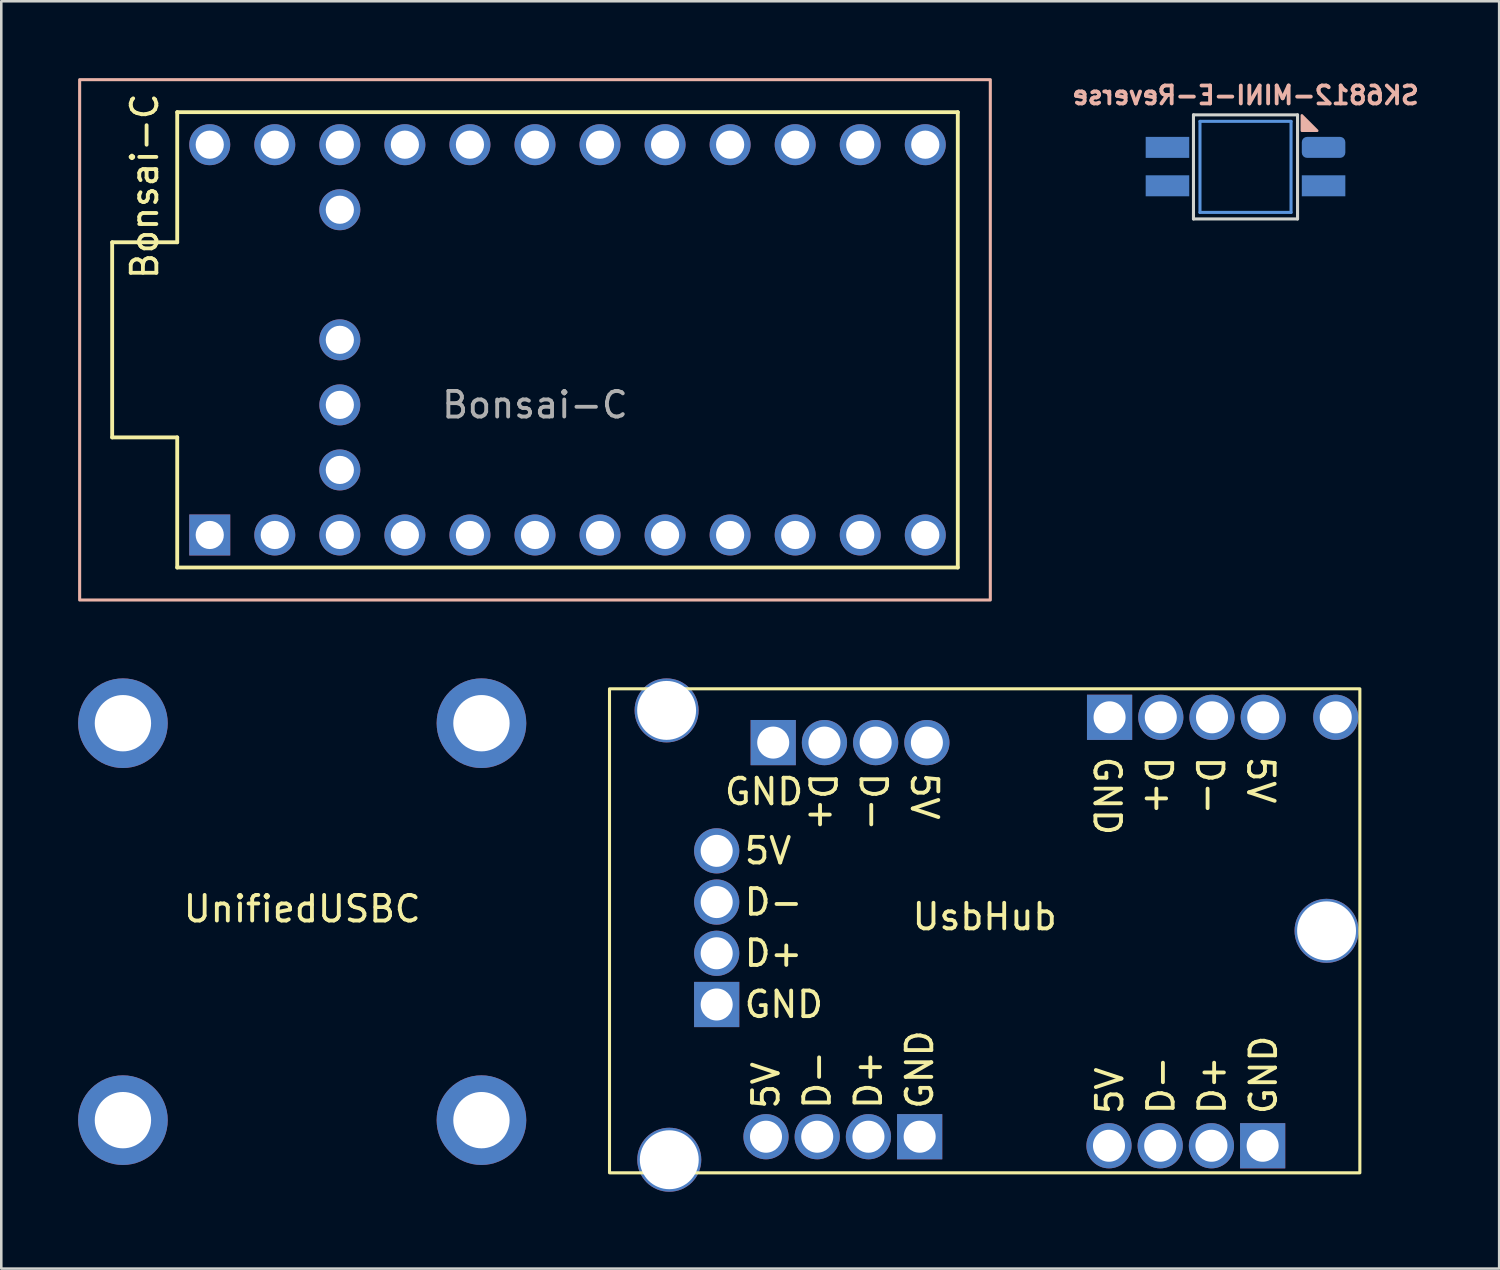
<source format=kicad_pcb>
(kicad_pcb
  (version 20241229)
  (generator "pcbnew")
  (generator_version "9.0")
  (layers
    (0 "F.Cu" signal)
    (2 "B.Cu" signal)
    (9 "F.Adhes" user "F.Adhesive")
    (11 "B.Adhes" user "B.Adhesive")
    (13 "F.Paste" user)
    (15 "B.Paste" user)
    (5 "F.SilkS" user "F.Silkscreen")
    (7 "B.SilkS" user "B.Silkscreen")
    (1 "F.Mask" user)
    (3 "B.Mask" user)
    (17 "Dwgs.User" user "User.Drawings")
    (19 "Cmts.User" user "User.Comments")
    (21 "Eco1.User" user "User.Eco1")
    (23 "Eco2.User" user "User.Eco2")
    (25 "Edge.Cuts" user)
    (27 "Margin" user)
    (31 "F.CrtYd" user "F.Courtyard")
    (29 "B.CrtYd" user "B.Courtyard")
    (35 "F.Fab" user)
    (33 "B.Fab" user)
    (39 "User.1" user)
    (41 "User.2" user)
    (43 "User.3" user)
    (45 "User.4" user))
  (footprint "UsbHub"
    (layer "F.Cu")
    (at 20.75 42.747)
    (property "Reference" "UsbHub" (at 14.65 -10 0) (unlocked yes) (layer "F.SilkS") (effects (font (size 1 1) (thickness 0.15))))
    (attr smd)
    (fp_rect (start 0 -18.9) (end 29.3 0) (stroke (width 0.12) (type solid)) (fill no) (layer "F.SilkS"))
    (fp_text user "D+" (at 23.536 -2.202 90) (unlocked yes) (layer "F.SilkS") (effects (font (size 1 1) (thickness 0.15)) (justify left)))
    (fp_text user "5V" (at 25.428 -16.339 270) (unlocked yes) (layer "F.SilkS") (effects (font (size 1 1) (thickness 0.15)) (justify left)))
    (fp_text user "5V" (at 12.295 -15.706 270) (unlocked yes) (layer "F.SilkS") (effects (font (size 1 1) (thickness 0.15)) (justify left)))
    (fp_text user "D+" (at 10.111 -2.41 90) (unlocked yes) (layer "F.SilkS") (effects (font (size 1 1) (thickness 0.15)) (justify left)))
    (fp_text user "D-" (at 5.185 -10.573 0) (unlocked yes) (layer "F.SilkS") (effects (font (size 1 1) (thickness 0.15)) (justify left)))
    (fp_text user "D-" (at 10.295 -15.706 270) (unlocked yes) (layer "F.SilkS") (effects (font (size 1 1) (thickness 0.15)) (justify left)))
    (fp_text user "D-" (at 21.536 -2.202 90) (unlocked yes) (layer "F.SilkS") (effects (font (size 1 1) (thickness 0.15)) (justify left)))
    (fp_text user "GND" (at 19.428 -16.339 270) (unlocked yes) (layer "F.SilkS") (effects (font (size 1 1) (thickness 0.15)) (justify left)))
    (fp_text user "GND" (at 25.536 -2.202 90) (unlocked yes) (layer "F.SilkS") (effects (font (size 1 1) (thickness 0.15)) (justify left)))
    (fp_text user "GND" (at 4.412 -14.883 0) (unlocked yes) (layer "F.SilkS") (effects (font (size 1 1) (thickness 0.15)) (justify left)))
    (fp_text user "5V" (at 5.185 -12.573 0) (unlocked yes) (layer "F.SilkS") (effects (font (size 1 1) (thickness 0.15)) (justify left)))
    (fp_text user "D+" (at 21.428 -16.339 270) (unlocked yes) (layer "F.SilkS") (effects (font (size 1 1) (thickness 0.15)) (justify left)))
    (fp_text user "GND" (at 5.185 -6.573 0) (unlocked yes) (layer "F.SilkS") (effects (font (size 1 1) (thickness 0.15)) (justify left)))
    (fp_text user "D+" (at 5.185 -8.573 0) (unlocked yes) (layer "F.SilkS") (effects (font (size 1 1) (thickness 0.15)) (justify left)))
    (fp_text user "5V" (at 6.111 -2.41 90) (unlocked yes) (layer "F.SilkS") (effects (font (size 1 1) (thickness 0.15)) (justify left)))
    (fp_text user "D-" (at 23.428 -16.339 270) (unlocked yes) (layer "F.SilkS") (effects (font (size 1 1) (thickness 0.15)) (justify left)))
    (fp_text user "D+" (at 8.295 -15.706 270) (unlocked yes) (layer "F.SilkS") (effects (font (size 1 1) (thickness 0.15)) (justify left)))
    (fp_text user "D-" (at 8.111 -2.41 90) (unlocked yes) (layer "F.SilkS") (effects (font (size 1 1) (thickness 0.15)) (justify left)))
    (fp_text user "5V" (at 19.536 -2.202 90) (unlocked yes) (layer "F.SilkS") (effects (font (size 1 1) (thickness 0.15)) (justify left)))
    (fp_text user "GND" (at 12.111 -2.41 90) (unlocked yes) (layer "F.SilkS") (effects (font (size 1 1) (thickness 0.15)) (justify left)))
    (pad "" thru_hole circle (at 2.23 -18.057) (size 2.5 2.5) (drill 2.3) (layers "*.Cu" "*.Mask"))
    (pad "" thru_hole circle (at 2.334 -0.511) (size 2.5 2.5) (drill 2.3) (layers "*.Cu" "*.Mask"))
    (pad "" thru_hole circle (at 28 -9.45) (size 2.5 2.5) (drill 2.3) (layers "*.Cu" "*.Mask"))
    (pad "" thru_hole circle (at 28.359 -17.787) (size 1.765 1.765) (drill 1.25) (layers "*.Cu" "*.Mask"))
    (pad "1" thru_hole circle (at 12.393 -16.8) (size 1.765 1.765) (drill 1.25) (layers "*.Cu" "*.Mask"))
    (pad "2" thru_hole circle (at 8.393 -16.8) (size 1.765 1.765) (drill 1.25) (layers "*.Cu" "*.Mask"))
    (pad "3" thru_hole circle (at 10.393 -16.8) (size 1.765 1.765) (drill 1.25) (layers "*.Cu" "*.Mask"))
    (pad "4" thru_hole rect (at 6.393 -16.8) (size 1.765 1.765) (drill 1.25) (layers "*.Cu" "*.Mask"))
    (pad "5" thru_hole circle (at 25.527 -17.787) (size 1.765 1.765) (drill 1.25) (layers "*.Cu" "*.Mask"))
    (pad "6" thru_hole circle (at 21.527 -17.787) (size 1.765 1.765) (drill 1.25) (layers "*.Cu" "*.Mask"))
    (pad "7" thru_hole circle (at 23.527 -17.787) (size 1.765 1.765) (drill 1.25) (layers "*.Cu" "*.Mask"))
    (pad "8" thru_hole rect (at 19.527 -17.787) (size 1.765 1.765) (drill 1.25) (layers "*.Cu" "*.Mask"))
    (pad "9" thru_hole circle (at 4.185 -12.573 90) (size 1.765 1.765) (drill 1.25) (layers "*.Cu" "*.Mask"))
    (pad "10" thru_hole circle (at 4.185 -8.573 90) (size 1.765 1.765) (drill 1.25) (layers "*.Cu" "*.Mask"))
    (pad "11" thru_hole circle (at 4.185 -10.573 90) (size 1.765 1.765) (drill 1.25) (layers "*.Cu" "*.Mask"))
    (pad "12" thru_hole rect (at 4.185 -6.573 90) (size 1.765 1.765) (drill 1.25) (layers "*.Cu" "*.Mask"))
    (pad "13" thru_hole circle (at 6.111 -1.41) (size 1.765 1.765) (drill 1.25) (layers "*.Cu" "*.Mask"))
    (pad "14" thru_hole circle (at 10.111 -1.41) (size 1.765 1.765) (drill 1.25) (layers "*.Cu" "*.Mask"))
    (pad "15" thru_hole circle (at 8.111 -1.41) (size 1.765 1.765) (drill 1.25) (layers "*.Cu" "*.Mask"))
    (pad "16" thru_hole rect (at 12.111 -1.41) (size 1.765 1.765) (drill 1.25) (layers "*.Cu" "*.Mask"))
    (pad "17" thru_hole circle (at 19.504 -1.057) (size 1.765 1.765) (drill 1.25) (layers "*.Cu" "*.Mask"))
    (pad "18" thru_hole circle (at 23.504 -1.057) (size 1.765 1.765) (drill 1.25) (layers "*.Cu" "*.Mask"))
    (pad "19" thru_hole circle (at 21.504 -1.057) (size 1.765 1.765) (drill 1.25) (layers "*.Cu" "*.Mask"))
    (pad "20" thru_hole rect (at 25.504 -1.057) (size 1.765 1.765) (drill 1.25) (layers "*.Cu" "*.Mask")))
  (footprint "Bonsai-C"
    (layer "F.Cu")
    (at 17.84 10.22)
    (property "Reference" "Bonsai-C" (at -15.24 -6 90) (unlocked yes) (layer "F.SilkS") (effects (font (size 1 1) (thickness 0.15))))
    (attr smd)
    (fp_line (start -16.51 -3.81) (end -13.97 -3.81) (stroke (width 0.15) (type solid)) (layer "F.SilkS"))
    (fp_line (start -16.51 3.81) (end -16.51 -3.81) (stroke (width 0.15) (type solid)) (layer "F.SilkS"))
    (fp_line (start -13.97 -8.89) (end 16.51 -8.89) (stroke (width 0.15) (type solid)) (layer "F.SilkS"))
    (fp_line (start -13.97 -3.81) (end -13.97 -8.89) (stroke (width 0.15) (type solid)) (layer "F.SilkS"))
    (fp_line (start -13.97 3.81) (end -16.51 3.81) (stroke (width 0.15) (type solid)) (layer "F.SilkS"))
    (fp_line (start -13.97 8.89) (end -13.97 3.81) (stroke (width 0.15) (type solid)) (layer "F.SilkS"))
    (fp_line (start -13.97 8.89) (end 16.51 8.89) (stroke (width 0.15) (type solid)) (layer "F.SilkS"))
    (fp_line (start 16.51 -8.89) (end 16.51 8.89) (stroke (width 0.15) (type solid)) (layer "F.SilkS"))
    (fp_rect (start -17.78 -10.16) (end 17.78 10.16) (stroke (width 0.12) (type solid)) (fill no) (layer "B.SilkS"))
    (fp_text user "${REFERENCE}" (at 0 2.54 0) (unlocked yes) (layer "F.Fab") (effects (font (size 1 1) (thickness 0.15))))
    (pad "1" thru_hole rect (at -12.7 7.62) (size 1.6 1.6) (drill 1.1) (layers "*.Cu" "B.Mask"))
    (pad "2" thru_hole circle (at -10.16 7.62) (size 1.6 1.6) (drill 1.1) (layers "*.Cu" "B.Mask"))
    (pad "3" thru_hole circle (at -7.62 7.62) (size 1.6 1.6) (drill 1.1) (layers "*.Cu" "B.Mask"))
    (pad "4" thru_hole circle (at -5.08 7.62) (size 1.6 1.6) (drill 1.1) (layers "*.Cu" "B.Mask"))
    (pad "5" thru_hole circle (at -2.54 7.62) (size 1.6 1.6) (drill 1.1) (layers "*.Cu" "B.Mask"))
    (pad "6" thru_hole circle (at 0 7.62) (size 1.6 1.6) (drill 1.1) (layers "*.Cu" "B.Mask"))
    (pad "7" thru_hole circle (at 2.54 7.62) (size 1.6 1.6) (drill 1.1) (layers "*.Cu" "B.Mask"))
    (pad "8" thru_hole circle (at 5.08 7.62) (size 1.6 1.6) (drill 1.1) (layers "*.Cu" "B.Mask"))
    (pad "9" thru_hole circle (at 7.62 7.62) (size 1.6 1.6) (drill 1.1) (layers "*.Cu" "B.Mask"))
    (pad "10" thru_hole circle (at 10.16 7.62) (size 1.6 1.6) (drill 1.1) (layers "*.Cu" "B.Mask"))
    (pad "11" thru_hole circle (at 12.7 7.62) (size 1.6 1.6) (drill 1.1) (layers "*.Cu" "B.Mask"))
    (pad "12" thru_hole circle (at 15.24 7.62) (size 1.6 1.6) (drill 1.1) (layers "*.Cu" "B.Mask"))
    (pad "13" thru_hole circle (at 15.24 -7.62) (size 1.6 1.6) (drill 1.1) (layers "*.Cu" "B.Mask"))
    (pad "14" thru_hole circle (at 12.7 -7.62) (size 1.6 1.6) (drill 1.1) (layers "*.Cu" "B.Mask"))
    (pad "15" thru_hole circle (at 10.16 -7.62) (size 1.6 1.6) (drill 1.1) (layers "*.Cu" "B.Mask"))
    (pad "16" thru_hole circle (at 7.62 -7.62) (size 1.6 1.6) (drill 1.1) (layers "*.Cu" "B.Mask"))
    (pad "17" thru_hole circle (at 5.08 -7.62) (size 1.6 1.6) (drill 1.1) (layers "*.Cu" "B.Mask"))
    (pad "18" thru_hole circle (at 2.54 -7.62) (size 1.6 1.6) (drill 1.1) (layers "*.Cu" "B.Mask"))
    (pad "19" thru_hole circle (at 0 -7.62) (size 1.6 1.6) (drill 1.1) (layers "*.Cu" "B.Mask"))
    (pad "20" thru_hole circle (at -2.54 -7.62) (size 1.6 1.6) (drill 1.1) (layers "*.Cu" "B.Mask"))
    (pad "21" thru_hole circle (at -5.08 -7.62) (size 1.6 1.6) (drill 1.1) (layers "*.Cu" "B.Mask"))
    (pad "22" thru_hole circle (at -7.62 -7.62) (size 1.6 1.6) (drill 1.1) (layers "*.Cu" "B.Mask"))
    (pad "23" thru_hole circle (at -10.16 -7.62) (size 1.6 1.6) (drill 1.1) (layers "*.Cu" "B.Mask"))
    (pad "24" thru_hole circle (at -12.7 -7.62) (size 1.6 1.6) (drill 1.1) (layers "*.Cu" "B.Mask"))
    (pad "25" thru_hole circle (at -7.62 -5.08) (size 1.6 1.6) (drill 1.1) (layers "*.Cu" "B.Mask"))
    (pad "26" thru_hole circle (at -7.62 0) (size 1.6 1.6) (drill 1.1) (layers "*.Cu" "B.Mask"))
    (pad "27" thru_hole circle (at -7.62 2.54) (size 1.6 1.6) (drill 1.1) (layers "*.Cu" "B.Mask"))
    (pad "28" thru_hole circle (at -7.62 5.08) (size 1.6 1.6) (drill 1.1) (layers "*.Cu" "B.Mask")))
  (footprint "SK6812-MINI-E-Reverse"
    (layer "F.Cu")
    (at 45.585 3.467)
    (property "Reference" "SK6812-MINI-E-Reverse" (at 0 -2.794 0) (unlocked yes) (layer "B.SilkS") (effects (font (size 0.7 0.7) (thickness 0.15)) (justify mirror)))
    (attr smd)
    (fp_poly (pts (xy 2.8 -1.412) (xy 2.2 -1.412) (xy 2.2 -2.012)) (stroke (width 0.1) (type solid)) (fill yes) (layer "B.SilkS"))
    (fp_line (start -1.778 -1.778) (end 1.778 -1.778) (stroke (width 0.12) (type solid)) (layer "Cmts.User"))
    (fp_line (start -1.778 1.778) (end -1.778 -1.778) (stroke (width 0.12) (type solid)) (layer "Cmts.User"))
    (fp_line (start 1.778 -1.778) (end 1.778 1.778) (stroke (width 0.12) (type solid)) (layer "Cmts.User"))
    (fp_line (start 1.778 1.778) (end -1.778 1.778) (stroke (width 0.12) (type solid)) (layer "Cmts.User"))
    (fp_line (start -2.032 -2.032) (end 2.032 -2.032) (stroke (width 0.12) (type solid)) (layer "Edge.Cuts"))
    (fp_line (start -2.032 2.032) (end -2.032 -2.032) (stroke (width 0.12) (type solid)) (layer "Edge.Cuts"))
    (fp_line (start 2.032 -2.032) (end 2.032 2.032) (stroke (width 0.12) (type solid)) (layer "Edge.Cuts"))
    (fp_line (start 2.032 2.032) (end -2.032 2.032) (stroke (width 0.12) (type solid)) (layer "Edge.Cuts"))
    (pad "1" smd rect (at -3.048 0.738) (size 1.7 0.82) (layers "B.Cu" "B.Mask" "B.Paste"))
    (pad "2" smd rect (at -3.048 -0.762) (size 1.7 0.82) (layers "B.Cu" "B.Mask" "B.Paste"))
    (pad "3" smd roundrect (at 3.048 -0.762) (size 1.7 0.82) (layers "B.Cu" "B.Mask" "B.Paste") (roundrect_rratio 0.25))
    (pad "4" smd rect (at 3.048 0.738) (size 1.7 0.82) (layers "B.Cu" "B.Mask" "B.Paste")))
  (footprint "UnifiedUSBC"
    (layer "F.Cu")
    (at 8.75 32.94)
    (property "Reference" "UnifiedUSBC" (at 0 -0.5 0) (unlocked yes) (layer "F.SilkS") (effects (font (size 1 1) (thickness 0.15))))
    (attr smd)
    (pad "" thru_hole circle (at -7 -7.75) (size 3.5 3.5) (drill 2.2) (layers "*.Cu" "*.Mask"))
    (pad "" thru_hole circle (at -7 7.75) (size 3.5 3.5) (drill 2.2) (layers "*.Cu" "*.Mask"))
    (pad "" thru_hole circle (at 7 -7.75) (size 3.5 3.5) (drill 2.2) (layers "*.Cu" "*.Mask"))
    (pad "" thru_hole circle (at 7 7.75) (size 3.5 3.5) (drill 2.2) (layers "*.Cu" "*.Mask")))
  (gr_rect
    (start -3 -3)
    (end 55.49 46.487)
    (stroke (width 0.1) (type default))
    (fill no)
    (layer "Edge.Cuts")))
</source>
